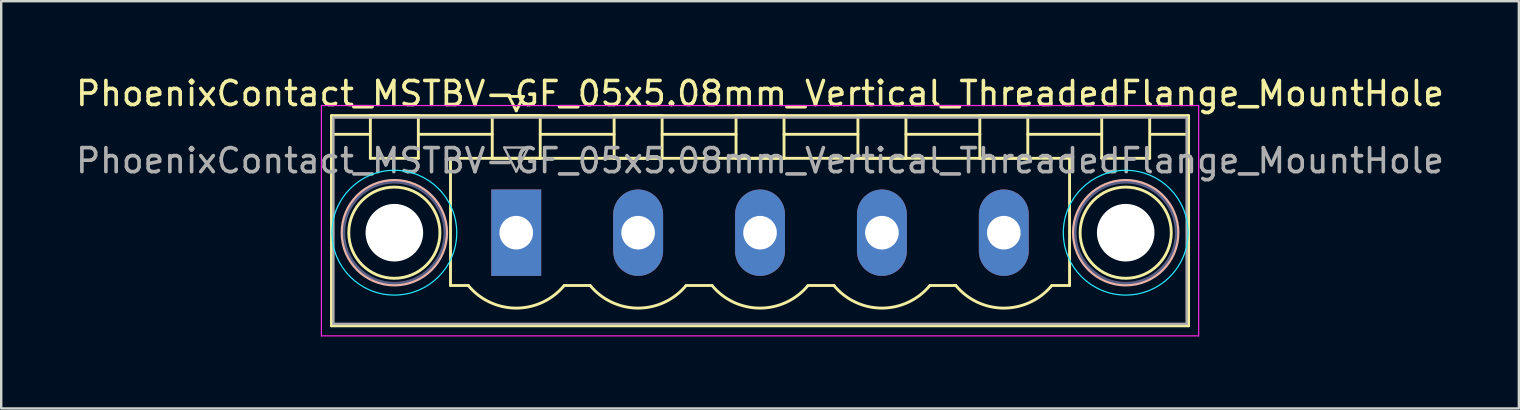
<source format=kicad_pcb>
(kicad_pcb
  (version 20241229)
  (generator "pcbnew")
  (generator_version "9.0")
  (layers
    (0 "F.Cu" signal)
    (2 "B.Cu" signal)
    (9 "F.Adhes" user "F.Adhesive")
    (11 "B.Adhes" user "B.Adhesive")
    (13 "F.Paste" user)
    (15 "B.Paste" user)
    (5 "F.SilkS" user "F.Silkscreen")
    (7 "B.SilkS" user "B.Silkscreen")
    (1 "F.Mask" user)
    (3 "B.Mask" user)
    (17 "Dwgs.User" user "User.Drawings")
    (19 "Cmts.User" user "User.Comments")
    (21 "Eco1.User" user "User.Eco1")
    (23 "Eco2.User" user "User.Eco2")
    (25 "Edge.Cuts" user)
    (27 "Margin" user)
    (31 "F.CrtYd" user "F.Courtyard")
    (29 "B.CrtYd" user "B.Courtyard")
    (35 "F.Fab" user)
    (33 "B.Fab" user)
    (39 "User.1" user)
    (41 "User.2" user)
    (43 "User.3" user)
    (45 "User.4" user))
  (footprint "PhoenixContact_MSTBV-GF_05x5.08mm_Vertical_ThreadedFlange_MountHole"
    (layer "F.Cu")
    (at 18.465 6.648)
    (property "Reference" "PhoenixContact_MSTBV-GF_05x5.08mm_Vertical_ThreadedFlange_MountHole" (at 10.16 -5.8 0) (layer "F.SilkS") (effects (font (size 1 1) (thickness 0.15))))
    (attr through_hole)
    (fp_line (start -7.7 -4.88) (end -7.7 3.88) (stroke (width 0.12) (type solid)) (layer "F.SilkS"))
    (fp_line (start -7.7 -4.1) (end -6.16 -4.1) (stroke (width 0.12) (type solid)) (layer "F.SilkS"))
    (fp_line (start -7.7 3.88) (end 28.02 3.88) (stroke (width 0.12) (type solid)) (layer "F.SilkS"))
    (fp_line (start -6.08 -4.88) (end -4.08 -4.88) (stroke (width 0.12) (type solid)) (layer "F.SilkS"))
    (fp_line (start -6.08 -3.1) (end -6.08 -4.88) (stroke (width 0.12) (type solid)) (layer "F.SilkS"))
    (fp_line (start -4.08 -4.88) (end -4.08 -3.1) (stroke (width 0.12) (type solid)) (layer "F.SilkS"))
    (fp_line (start -4.08 -4.1) (end -1 -4.1) (stroke (width 0.12) (type solid)) (layer "F.SilkS"))
    (fp_line (start -4.08 -3.1) (end -6.08 -3.1) (stroke (width 0.12) (type solid)) (layer "F.SilkS"))
    (fp_line (start -2.74 -3.1) (end 23.06 -3.1) (stroke (width 0.12) (type solid)) (layer "F.SilkS"))
    (fp_line (start -2.74 2.2) (end -2.74 -3.1) (stroke (width 0.12) (type solid)) (layer "F.SilkS"))
    (fp_line (start -2 2.2) (end -2.74 2.2) (stroke (width 0.12) (type solid)) (layer "F.SilkS"))
    (fp_line (start -1 -4.88) (end 1 -4.88) (stroke (width 0.12) (type solid)) (layer "F.SilkS"))
    (fp_line (start -1 -3.1) (end -1 -4.88) (stroke (width 0.12) (type solid)) (layer "F.SilkS"))
    (fp_line (start -0.3 -5.68) (end 0.3 -5.68) (stroke (width 0.12) (type solid)) (layer "F.SilkS"))
    (fp_line (start 0 -5.08) (end -0.3 -5.68) (stroke (width 0.12) (type solid)) (layer "F.SilkS"))
    (fp_line (start 0.3 -5.68) (end 0 -5.08) (stroke (width 0.12) (type solid)) (layer "F.SilkS"))
    (fp_line (start 1 -4.88) (end 1 -3.1) (stroke (width 0.12) (type solid)) (layer "F.SilkS"))
    (fp_line (start 1 -4.1) (end 4.08 -4.1) (stroke (width 0.12) (type solid)) (layer "F.SilkS"))
    (fp_line (start 1 -3.1) (end -1 -3.1) (stroke (width 0.12) (type solid)) (layer "F.SilkS"))
    (fp_line (start 2 2.2) (end 3.08 2.2) (stroke (width 0.12) (type solid)) (layer "F.SilkS"))
    (fp_line (start 4.08 -4.88) (end 6.08 -4.88) (stroke (width 0.12) (type solid)) (layer "F.SilkS"))
    (fp_line (start 4.08 -3.1) (end 4.08 -4.88) (stroke (width 0.12) (type solid)) (layer "F.SilkS"))
    (fp_line (start 6.08 -4.88) (end 6.08 -3.1) (stroke (width 0.12) (type solid)) (layer "F.SilkS"))
    (fp_line (start 6.08 -4.1) (end 9.16 -4.1) (stroke (width 0.12) (type solid)) (layer "F.SilkS"))
    (fp_line (start 6.08 -3.1) (end 4.08 -3.1) (stroke (width 0.12) (type solid)) (layer "F.SilkS"))
    (fp_line (start 7.08 2.2) (end 8.16 2.2) (stroke (width 0.12) (type solid)) (layer "F.SilkS"))
    (fp_line (start 9.16 -4.88) (end 11.16 -4.88) (stroke (width 0.12) (type solid)) (layer "F.SilkS"))
    (fp_line (start 9.16 -3.1) (end 9.16 -4.88) (stroke (width 0.12) (type solid)) (layer "F.SilkS"))
    (fp_line (start 11.16 -4.88) (end 11.16 -3.1) (stroke (width 0.12) (type solid)) (layer "F.SilkS"))
    (fp_line (start 11.16 -4.1) (end 14.24 -4.1) (stroke (width 0.12) (type solid)) (layer "F.SilkS"))
    (fp_line (start 11.16 -3.1) (end 9.16 -3.1) (stroke (width 0.12) (type solid)) (layer "F.SilkS"))
    (fp_line (start 12.16 2.2) (end 13.24 2.2) (stroke (width 0.12) (type solid)) (layer "F.SilkS"))
    (fp_line (start 14.24 -4.88) (end 16.24 -4.88) (stroke (width 0.12) (type solid)) (layer "F.SilkS"))
    (fp_line (start 14.24 -3.1) (end 14.24 -4.88) (stroke (width 0.12) (type solid)) (layer "F.SilkS"))
    (fp_line (start 16.24 -4.88) (end 16.24 -3.1) (stroke (width 0.12) (type solid)) (layer "F.SilkS"))
    (fp_line (start 16.24 -4.1) (end 19.32 -4.1) (stroke (width 0.12) (type solid)) (layer "F.SilkS"))
    (fp_line (start 16.24 -3.1) (end 14.24 -3.1) (stroke (width 0.12) (type solid)) (layer "F.SilkS"))
    (fp_line (start 17.24 2.2) (end 18.32 2.2) (stroke (width 0.12) (type solid)) (layer "F.SilkS"))
    (fp_line (start 19.32 -4.88) (end 21.32 -4.88) (stroke (width 0.12) (type solid)) (layer "F.SilkS"))
    (fp_line (start 19.32 -3.1) (end 19.32 -4.88) (stroke (width 0.12) (type solid)) (layer "F.SilkS"))
    (fp_line (start 21.32 -4.88) (end 21.32 -3.1) (stroke (width 0.12) (type solid)) (layer "F.SilkS"))
    (fp_line (start 21.32 -4.1) (end 24.4 -4.1) (stroke (width 0.12) (type solid)) (layer "F.SilkS"))
    (fp_line (start 21.32 -3.1) (end 19.32 -3.1) (stroke (width 0.12) (type solid)) (layer "F.SilkS"))
    (fp_line (start 23.06 -3.1) (end 23.06 2.2) (stroke (width 0.12) (type solid)) (layer "F.SilkS"))
    (fp_line (start 23.06 2.2) (end 22.32 2.2) (stroke (width 0.12) (type solid)) (layer "F.SilkS"))
    (fp_line (start 24.4 -4.88) (end 26.4 -4.88) (stroke (width 0.12) (type solid)) (layer "F.SilkS"))
    (fp_line (start 24.4 -3.1) (end 24.4 -4.88) (stroke (width 0.12) (type solid)) (layer "F.SilkS"))
    (fp_line (start 26.4 -4.88) (end 26.4 -3.1) (stroke (width 0.12) (type solid)) (layer "F.SilkS"))
    (fp_line (start 26.4 -3.1) (end 24.4 -3.1) (stroke (width 0.12) (type solid)) (layer "F.SilkS"))
    (fp_line (start 28.02 -4.88) (end -7.7 -4.88) (stroke (width 0.12) (type solid)) (layer "F.SilkS"))
    (fp_line (start 28.02 -4.1) (end 26.48 -4.1) (stroke (width 0.12) (type solid)) (layer "F.SilkS"))
    (fp_line (start 28.02 3.88) (end 28.02 -4.88) (stroke (width 0.12) (type solid)) (layer "F.SilkS"))
    (fp_arc (start 1.986842 2.215821) (mid -0.010289 3.142758) (end -2 2.2) (stroke (width 0.12) (type solid)) (layer "F.SilkS"))
    (fp_arc (start 7.066842 2.215821) (mid 5.069711 3.142758) (end 3.08 2.2) (stroke (width 0.12) (type solid)) (layer "F.SilkS"))
    (fp_arc (start 12.146842 2.215821) (mid 10.149711 3.142758) (end 8.16 2.2) (stroke (width 0.12) (type solid)) (layer "F.SilkS"))
    (fp_arc (start 17.226842 2.215821) (mid 15.229711 3.142758) (end 13.24 2.2) (stroke (width 0.12) (type solid)) (layer "F.SilkS"))
    (fp_arc (start 22.306842 2.215821) (mid 20.309711 3.142758) (end 18.32 2.2) (stroke (width 0.12) (type solid)) (layer "F.SilkS"))
    (fp_circle (center -5.08 0) (end -3.18 0) (stroke (width 0.12) (type solid)) (fill no) (layer "F.SilkS"))
    (fp_circle (center 25.4 0) (end 27.3 0) (stroke (width 0.12) (type solid)) (fill no) (layer "F.SilkS"))
    (fp_circle (center -5.08 0) (end -2.9 0) (stroke (width 0.12) (type solid)) (fill no) (layer "B.SilkS"))
    (fp_circle (center 25.4 0) (end 27.58 0) (stroke (width 0.12) (type solid)) (fill no) (layer "B.SilkS"))
    (fp_circle (center -5.08 0) (end -2.48 0) (stroke (width 0.05) (type solid)) (fill no) (layer "B.CrtYd"))
    (fp_circle (center 25.4 0) (end 28 0) (stroke (width 0.05) (type solid)) (fill no) (layer "B.CrtYd"))
    (fp_line (start -8.12 -5.3) (end -8.12 4.3) (stroke (width 0.05) (type solid)) (layer "F.CrtYd"))
    (fp_line (start -8.12 4.3) (end 28.44 4.3) (stroke (width 0.05) (type solid)) (layer "F.CrtYd"))
    (fp_line (start 28.44 -5.3) (end -8.12 -5.3) (stroke (width 0.05) (type solid)) (layer "F.CrtYd"))
    (fp_line (start 28.44 4.3) (end 28.44 -5.3) (stroke (width 0.05) (type solid)) (layer "F.CrtYd"))
    (fp_circle (center -5.08 0) (end -2.98 0) (stroke (width 0.1) (type solid)) (fill no) (layer "B.Fab"))
    (fp_circle (center 25.4 0) (end 27.5 0) (stroke (width 0.1) (type solid)) (fill no) (layer "B.Fab"))
    (fp_line (start -7.62 -4.8) (end -7.62 3.8) (stroke (width 0.1) (type solid)) (layer "F.Fab"))
    (fp_line (start -7.62 3.8) (end 27.94 3.8) (stroke (width 0.1) (type solid)) (layer "F.Fab"))
    (fp_line (start -0.5 -3.55) (end 0.5 -3.55) (stroke (width 0.1) (type solid)) (layer "F.Fab"))
    (fp_line (start 0 -2.55) (end -0.5 -3.55) (stroke (width 0.1) (type solid)) (layer "F.Fab"))
    (fp_line (start 0.5 -3.55) (end 0 -2.55) (stroke (width 0.1) (type solid)) (layer "F.Fab"))
    (fp_line (start 27.94 -4.8) (end -7.62 -4.8) (stroke (width 0.1) (type solid)) (layer "F.Fab"))
    (fp_line (start 27.94 3.8) (end 27.94 -4.8) (stroke (width 0.1) (type solid)) (layer "F.Fab"))
    (fp_text user "${REFERENCE}" (at 10.16 -3 0) (layer "F.Fab") (effects (font (size 1 1) (thickness 0.15))))
    (pad "" np_thru_hole circle (at -5.08 0) (size 2.4 2.4) (drill 2.4) (layers "*.Cu" "*.Mask"))
    (pad "" np_thru_hole circle (at 25.4 0) (size 2.4 2.4) (drill 2.4) (layers "*.Cu" "*.Mask"))
    (pad "1" thru_hole rect (at 0 0) (size 2.08 3.6) (drill 1.4) (layers "*.Cu" "*.Mask"))
    (pad "2" thru_hole oval (at 5.08 0) (size 2.08 3.6) (drill 1.4) (layers "*.Cu" "*.Mask"))
    (pad "3" thru_hole oval (at 10.16 0) (size 2.08 3.6) (drill 1.4) (layers "*.Cu" "*.Mask"))
    (pad "4" thru_hole oval (at 15.24 0) (size 2.08 3.6) (drill 1.4) (layers "*.Cu" "*.Mask"))
    (pad "5" thru_hole oval (at 20.32 0) (size 2.08 3.6) (drill 1.4) (layers "*.Cu" "*.Mask")))
  (gr_rect
    (start -3 -3)
    (end 60.25 13.973)
    (stroke (width 0.1) (type default))
    (fill no)
    (layer "Edge.Cuts")))
</source>
